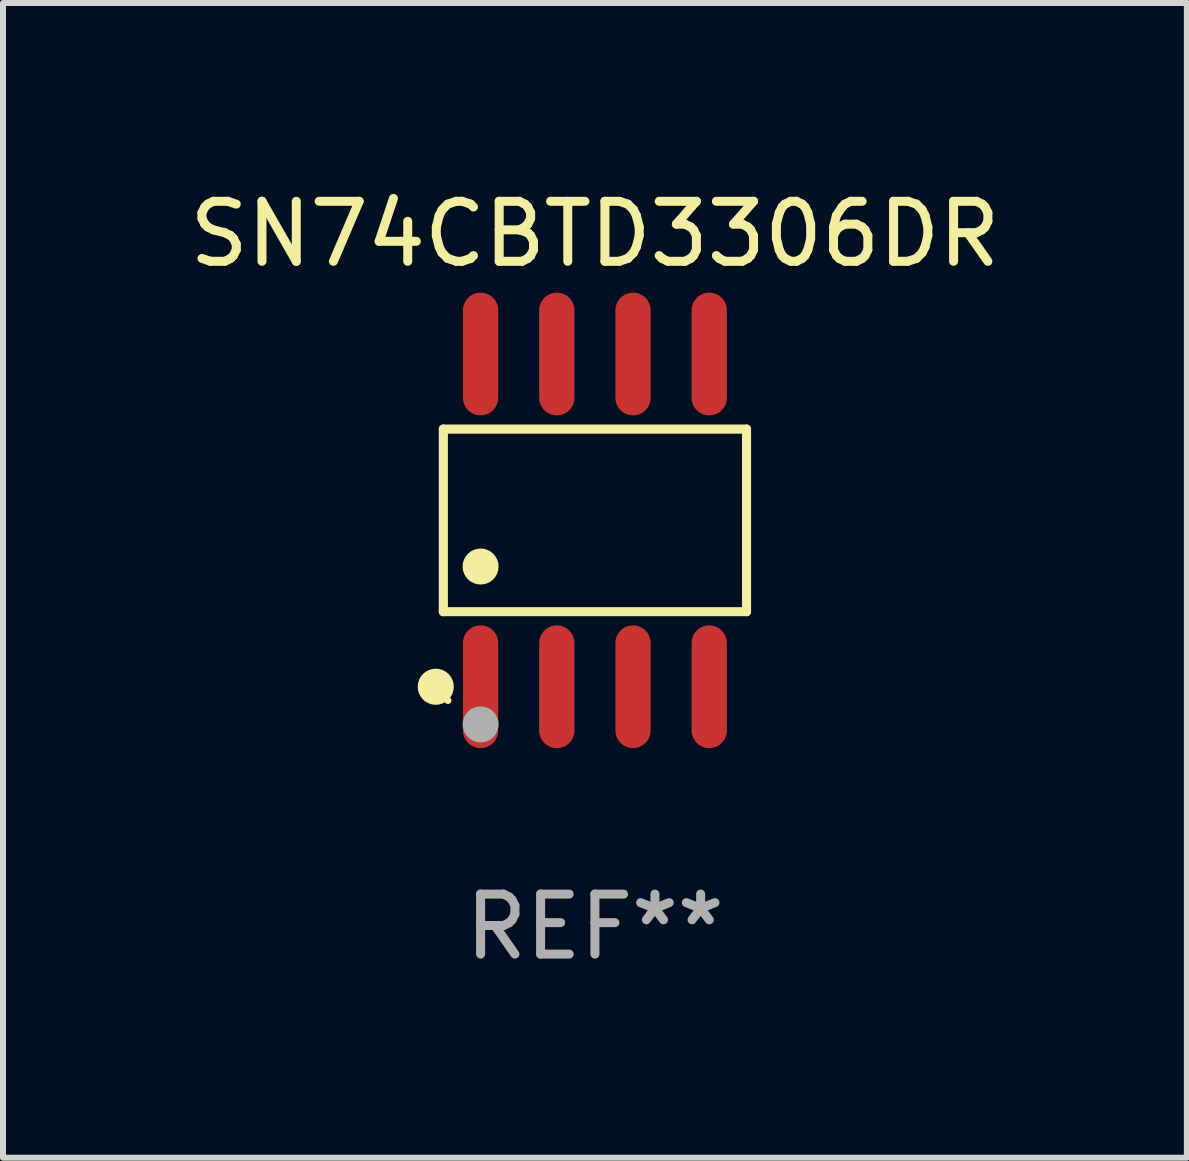
<source format=kicad_pcb>
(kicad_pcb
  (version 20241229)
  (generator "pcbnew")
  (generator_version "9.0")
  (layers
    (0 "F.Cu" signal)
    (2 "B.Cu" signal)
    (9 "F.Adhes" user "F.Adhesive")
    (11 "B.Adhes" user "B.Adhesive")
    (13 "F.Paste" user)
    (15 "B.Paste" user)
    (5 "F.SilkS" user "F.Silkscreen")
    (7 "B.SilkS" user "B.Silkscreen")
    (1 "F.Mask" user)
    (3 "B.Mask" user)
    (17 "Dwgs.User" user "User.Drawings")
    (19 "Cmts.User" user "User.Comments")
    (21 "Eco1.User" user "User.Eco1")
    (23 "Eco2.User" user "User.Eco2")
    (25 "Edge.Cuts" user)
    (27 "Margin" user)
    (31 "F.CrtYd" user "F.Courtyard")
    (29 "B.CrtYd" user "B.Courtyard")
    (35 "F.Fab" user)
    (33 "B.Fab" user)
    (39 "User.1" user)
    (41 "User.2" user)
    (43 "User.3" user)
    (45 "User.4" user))
  (footprint "SN74CBTD3306DR"
    (layer "F.Cu")
    (at 6.863 5.621)
    (property "Reference" "SN74CBTD3306DR" (at 0 -4.772 0) (layer "F.SilkS") (effects (font (size 1 1) (thickness 0.15))))
    (attr through_hole)
    (fp_line (start -2.526 -1.521) (end 2.526 -1.521) (stroke (width 0.152) (type solid)) (layer "F.SilkS"))
    (fp_line (start -2.526 1.521) (end -2.526 -1.521) (stroke (width 0.152) (type solid)) (layer "F.SilkS"))
    (fp_line (start 2.526 -1.521) (end 2.526 1.521) (stroke (width 0.152) (type solid)) (layer "F.SilkS"))
    (fp_line (start 2.526 1.521) (end -2.526 1.521) (stroke (width 0.152) (type solid)) (layer "F.SilkS"))
    (fp_circle (center -2.652 2.772) (end -2.501 2.772) (stroke (width 0.3) (type solid)) (fill no) (layer "F.SilkS"))
    (fp_circle (center -2.45 3) (end -2.42 3) (stroke (width 0.06) (type solid)) (fill no) (layer "F.SilkS"))
    (fp_circle (center -1.905 0.769) (end -1.755 0.769) (stroke (width 0.3) (type solid)) (fill no) (layer "F.SilkS"))
    (fp_circle (center -1.905 3.4) (end -1.755 3.4) (stroke (width 0.3) (type solid)) (fill no) (layer "F.Fab"))
    (fp_text user "REF**" (at 0 6.772 0) (layer "F.Fab") (effects (font (size 1 1) (thickness 0.15))))
    (pad "1" smd oval (at -1.905 2.772) (size 0.588 2.045) (layers "F.Cu" "F.Mask" "F.Paste"))
    (pad "2" smd oval (at -0.635 2.772) (size 0.588 2.045) (layers "F.Cu" "F.Mask" "F.Paste"))
    (pad "3" smd oval (at 0.635 2.772) (size 0.588 2.045) (layers "F.Cu" "F.Mask" "F.Paste"))
    (pad "4" smd oval (at 1.905 2.772) (size 0.588 2.045) (layers "F.Cu" "F.Mask" "F.Paste"))
    (pad "5" smd oval (at 1.905 -2.772) (size 0.588 2.045) (layers "F.Cu" "F.Mask" "F.Paste"))
    (pad "6" smd oval (at 0.635 -2.772) (size 0.588 2.045) (layers "F.Cu" "F.Mask" "F.Paste"))
    (pad "7" smd oval (at -0.635 -2.772) (size 0.588 2.045) (layers "F.Cu" "F.Mask" "F.Paste"))
    (pad "8" smd oval (at -1.905 -2.772) (size 0.588 2.045) (layers "F.Cu" "F.Mask" "F.Paste")))
  (gr_rect
    (start -3 -3)
    (end 16.726 16.241)
    (stroke (width 0.1) (type default))
    (fill no)
    (layer "Edge.Cuts")))
</source>
